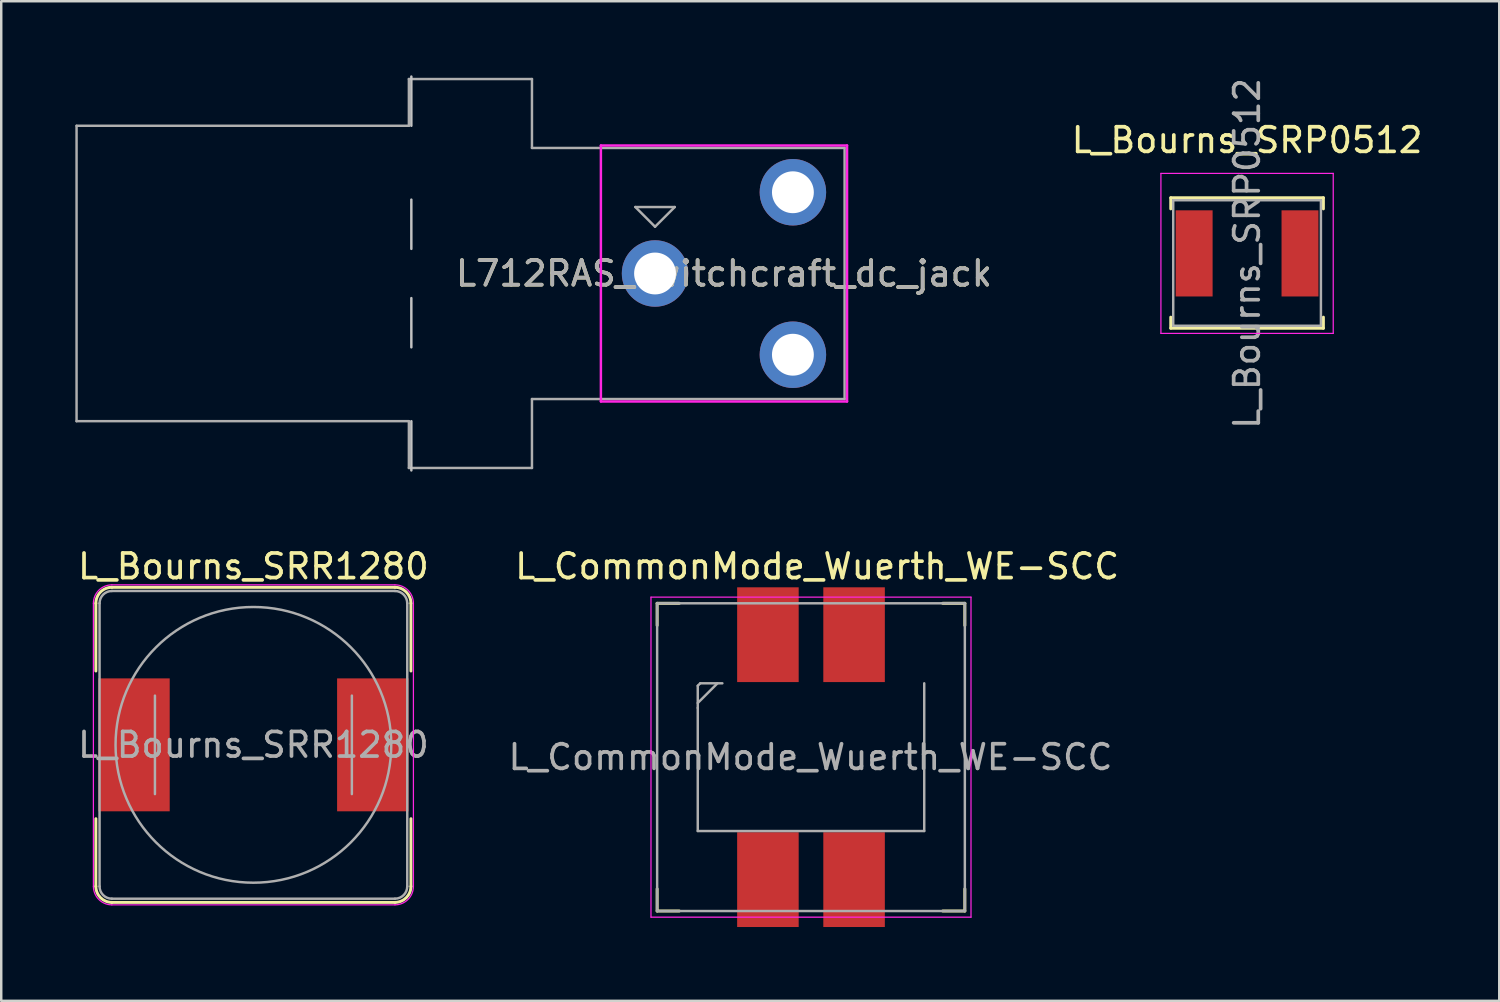
<source format=kicad_pcb>
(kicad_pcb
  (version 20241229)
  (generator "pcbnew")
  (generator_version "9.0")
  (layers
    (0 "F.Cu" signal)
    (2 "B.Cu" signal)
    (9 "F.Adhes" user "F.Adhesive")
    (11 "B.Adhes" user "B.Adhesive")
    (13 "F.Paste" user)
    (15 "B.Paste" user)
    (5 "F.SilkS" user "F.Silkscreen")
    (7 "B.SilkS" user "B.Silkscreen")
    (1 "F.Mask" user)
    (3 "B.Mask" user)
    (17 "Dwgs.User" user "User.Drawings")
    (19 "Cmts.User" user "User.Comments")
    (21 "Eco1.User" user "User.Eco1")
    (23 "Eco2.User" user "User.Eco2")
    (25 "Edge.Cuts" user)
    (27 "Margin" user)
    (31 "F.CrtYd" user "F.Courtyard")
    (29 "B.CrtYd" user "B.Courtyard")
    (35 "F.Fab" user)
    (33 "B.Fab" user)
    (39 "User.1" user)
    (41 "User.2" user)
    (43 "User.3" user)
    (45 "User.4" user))
  (footprint "L712RAS_switchcraft_dc_jack"
    (layer "F.Cu")
    (at 26.36 8.06)
    (property "Reference" "L712RAS_switchcraft_dc_jack" (at 0 0 180) (layer "F.SilkS") (effects (font (size 1 1) (thickness 0.15))))
    (attr through_hole)
    (fp_line (start -12.7 -8) (end -12.7 -6) (stroke (width 0.1) (type solid)) (layer "Dwgs.User"))
    (fp_line (start -12.7 -3) (end -12.7 -1) (stroke (width 0.1) (type solid)) (layer "Dwgs.User"))
    (fp_line (start -12.7 1) (end -12.7 3) (stroke (width 0.1) (type solid)) (layer "Dwgs.User"))
    (fp_line (start -12.7 6) (end -12.7 8) (stroke (width 0.1) (type solid)) (layer "Dwgs.User"))
    (fp_line (start -26.3 -6) (end -26.3 6) (stroke (width 0.12) (type solid)) (layer "Eco2.User"))
    (fp_line (start -26.3 6) (end -12.8 6) (stroke (width 0.12) (type solid)) (layer "Eco2.User"))
    (fp_line (start -12.8 -8) (end -12.8 -6) (stroke (width 0.12) (type solid)) (layer "Eco2.User"))
    (fp_line (start -12.8 -6) (end -26.3 -6) (stroke (width 0.12) (type solid)) (layer "Eco2.User"))
    (fp_line (start -12.8 6) (end -12.8 7.9) (stroke (width 0.12) (type solid)) (layer "Eco2.User"))
    (fp_line (start -12.8 7.9) (end -7.8 7.9) (stroke (width 0.12) (type solid)) (layer "Eco2.User"))
    (fp_line (start -7.8 5.1) (end -5 5.1) (stroke (width 0.12) (type solid)) (layer "Eco2.User"))
    (fp_line (start -7.8 7.9) (end -7.8 5.1) (stroke (width 0.12) (type solid)) (layer "Eco2.User"))
    (fp_line (start -7.7 -8) (end -12.8 -8) (stroke (width 0.12) (type solid)) (layer "Eco2.User"))
    (fp_line (start -7.7 -5.2) (end -7.7 -8) (stroke (width 0.12) (type solid)) (layer "Eco2.User"))
    (fp_line (start -5 -5.2) (end -7.7 -5.2) (stroke (width 0.12) (type solid)) (layer "Eco2.User"))
    (fp_line (start -5 5.1) (end -5 -5.2) (stroke (width 0.12) (type solid)) (layer "Eco2.User"))
    (fp_line (start -5 -5.2) (end -5 5.2) (stroke (width 0.1) (type solid)) (layer "F.CrtYd"))
    (fp_line (start -5 -5.2) (end 5 -5.2) (stroke (width 0.1) (type solid)) (layer "F.CrtYd"))
    (fp_line (start -5 5.2) (end 5 5.2) (stroke (width 0.1) (type solid)) (layer "F.CrtYd"))
    (fp_line (start 5 -5.2) (end 5 5.2) (stroke (width 0.1) (type solid)) (layer "F.CrtYd"))
    (fp_line (start -26.3 -6) (end -12.8 -6) (stroke (width 0.1) (type solid)) (layer "F.Fab"))
    (fp_line (start -26.3 6) (end -26.3 -6) (stroke (width 0.1) (type solid)) (layer "F.Fab"))
    (fp_line (start -12.8 -7.9) (end -7.8 -7.9) (stroke (width 0.1) (type solid)) (layer "F.Fab"))
    (fp_line (start -12.8 -6) (end -12.8 -7.9) (stroke (width 0.1) (type solid)) (layer "F.Fab"))
    (fp_line (start -12.8 6) (end -26.3 6) (stroke (width 0.1) (type solid)) (layer "F.Fab"))
    (fp_line (start -12.8 7.9) (end -12.8 6) (stroke (width 0.1) (type solid)) (layer "F.Fab"))
    (fp_line (start -7.8 -7.9) (end -7.8 -5.1) (stroke (width 0.1) (type solid)) (layer "F.Fab"))
    (fp_line (start -7.8 -5.1) (end 4.9 -5.1) (stroke (width 0.1) (type solid)) (layer "F.Fab"))
    (fp_line (start -7.8 5.1) (end -7.8 7.9) (stroke (width 0.1) (type solid)) (layer "F.Fab"))
    (fp_line (start -7.8 7.9) (end -12.8 7.9) (stroke (width 0.1) (type solid)) (layer "F.Fab"))
    (fp_line (start -2.8 -1.9) (end -3.6 -2.7) (stroke (width 0.1) (type solid)) (layer "F.Fab"))
    (fp_line (start -2.8 -1.9) (end -2 -2.7) (stroke (width 0.1) (type solid)) (layer "F.Fab"))
    (fp_line (start -2 -2.7) (end -3.6 -2.7) (stroke (width 0.1) (type solid)) (layer "F.Fab"))
    (fp_line (start 4.9 -5.1) (end 4.9 5.1) (stroke (width 0.1) (type solid)) (layer "F.Fab"))
    (fp_line (start 4.9 5.1) (end -7.8 5.1) (stroke (width 0.1) (type solid)) (layer "F.Fab"))
    (fp_text user "Only place low-profile" (at -10 0 270) (unlocked yes) (layer "Eco2.User") (effects (font (size 0.5 0.5) (thickness 0.08))))
    (fp_text user "Component keepout:" (at -8.9 0 270) (unlocked yes) (layer "Eco2.User") (effects (font (size 0.5 0.5) (thickness 0.08))))
    (fp_text user "SMD components < 1mm" (at -10.9 0 270) (unlocked yes) (layer "Eco2.User") (effects (font (size 0.5 0.5) (thickness 0.08))))
    (fp_text user "${REFERENCE}" (at 0 0 0) (layer "F.Fab") (effects (font (size 1 1) (thickness 0.15))))
    (pad "1" thru_hole circle (at -2.8 0) (size 2.7 2.7) (drill 1.7) (layers "*.Cu" "*.Mask"))
    (pad "2" thru_hole circle (at 2.8 -3.3) (size 2.7 2.7) (drill 1.7) (layers "*.Cu" "*.Mask"))
    (pad "3" thru_hole circle (at 2.8 3.3) (size 2.7 2.7) (drill 1.7) (layers "*.Cu" "*.Mask"))
    (zone (net_name "") (layer "Eco2.User") (name "low_profile_SMD_only") (hatch edge 0.508) (connect_pads) (min_thickness 0.254) (filled_areas_thickness no) (keepout (tracks allowed) (vias allowed) (pads allowed) (copperpour allowed) (footprints allowed)) (placement (enabled no)) (fill) (polygon (pts (xy 18.66 2.86) (xy 21.36 2.86) (xy 21.36 13.16) (xy 18.56 13.16) (xy 18.56 15.96) (xy 13.56 15.96) (xy 13.56 14.06) (xy 0.06 14.06) (xy 0.06 2.06) (xy 13.56 2.06) (xy 13.56 0.06) (xy 18.66 0.06)))))
  (footprint "L_Bourns_SRR1280"
    (layer "F.Cu")
    (at 7.244 27.208)
    (property "Reference" "L_Bourns_SRR1280" (at 0 -7.25 0) (layer "F.SilkS") (effects (font (size 1 1) (thickness 0.15))))
    (attr smd)
    (fp_line (start -6.4 -5.75) (end -6.4 -3) (stroke (width 0.12) (type solid)) (layer "F.SilkS"))
    (fp_line (start -6.4 3) (end -6.4 5.75) (stroke (width 0.12) (type solid)) (layer "F.SilkS"))
    (fp_line (start -5.75 -6.4) (end 5.75 -6.4) (stroke (width 0.12) (type solid)) (layer "F.SilkS"))
    (fp_line (start 5.75 6.4) (end -5.75 6.4) (stroke (width 0.12) (type solid)) (layer "F.SilkS"))
    (fp_line (start 6.4 -5.75) (end 6.4 -3) (stroke (width 0.12) (type solid)) (layer "F.SilkS"))
    (fp_line (start 6.4 3) (end 6.4 5.75) (stroke (width 0.12) (type solid)) (layer "F.SilkS"))
    (fp_arc (start -6.4 -5.75) (mid -6.209619 -6.209619) (end -5.75 -6.4) (stroke (width 0.12) (type solid)) (layer "F.SilkS"))
    (fp_arc (start -5.75 6.4) (mid -6.209619 6.209619) (end -6.4 5.75) (stroke (width 0.12) (type solid)) (layer "F.SilkS"))
    (fp_arc (start 5.75 -6.4) (mid 6.209619 -6.209619) (end 6.4 -5.75) (stroke (width 0.12) (type solid)) (layer "F.SilkS"))
    (fp_arc (start 6.4 5.75) (mid 6.209619 6.209619) (end 5.75 6.4) (stroke (width 0.12) (type solid)) (layer "F.SilkS"))
    (fp_line (start -6.5 5.75) (end -6.5 -5.75) (stroke (width 0.05) (type solid)) (layer "F.CrtYd"))
    (fp_line (start -5.75 -6.5) (end 5.75 -6.5) (stroke (width 0.05) (type solid)) (layer "F.CrtYd"))
    (fp_line (start 5.75 6.5) (end -5.75 6.5) (stroke (width 0.05) (type solid)) (layer "F.CrtYd"))
    (fp_line (start 6.5 -5.75) (end 6.5 5.75) (stroke (width 0.05) (type solid)) (layer "F.CrtYd"))
    (fp_arc (start -6.5 -5.75) (mid -6.28033 -6.28033) (end -5.75 -6.5) (stroke (width 0.05) (type solid)) (layer "F.CrtYd"))
    (fp_arc (start -5.75 6.5) (mid -6.28033 6.28033) (end -6.5 5.75) (stroke (width 0.05) (type solid)) (layer "F.CrtYd"))
    (fp_arc (start 5.75 -6.5) (mid 6.28033 -6.28033) (end 6.5 -5.75) (stroke (width 0.05) (type solid)) (layer "F.CrtYd"))
    (fp_arc (start 6.5 5.75) (mid 6.28033 6.28033) (end 5.75 6.5) (stroke (width 0.05) (type solid)) (layer "F.CrtYd"))
    (fp_line (start -6.25 -5.75) (end -6.25 5.75) (stroke (width 0.1) (type solid)) (layer "F.Fab"))
    (fp_line (start -5.75 -6.25) (end 5.75 -6.25) (stroke (width 0.1) (type solid)) (layer "F.Fab"))
    (fp_line (start -4 2) (end -4 -2) (stroke (width 0.1) (type solid)) (layer "F.Fab"))
    (fp_line (start 4 -2) (end 4 2) (stroke (width 0.1) (type solid)) (layer "F.Fab"))
    (fp_line (start 5.75 6.25) (end -5.75 6.25) (stroke (width 0.1) (type solid)) (layer "F.Fab"))
    (fp_line (start 6.25 -5.75) (end 6.25 5.75) (stroke (width 0.1) (type solid)) (layer "F.Fab"))
    (fp_arc (start -6.25 -5.75) (mid -6.103553 -6.103553) (end -5.75 -6.25) (stroke (width 0.1) (type solid)) (layer "F.Fab"))
    (fp_arc (start -5.75 6.25) (mid -6.103553 6.103553) (end -6.25 5.75) (stroke (width 0.1) (type solid)) (layer "F.Fab"))
    (fp_arc (start 5.75 -6.25) (mid 6.103553 -6.103553) (end 6.25 -5.75) (stroke (width 0.1) (type solid)) (layer "F.Fab"))
    (fp_arc (start 6.25 5.75) (mid 6.103553 6.103553) (end 5.75 6.25) (stroke (width 0.1) (type solid)) (layer "F.Fab"))
    (fp_circle (center 0 0) (end 0 -5.6) (stroke (width 0.1) (type solid)) (fill no) (layer "F.Fab"))
    (fp_text user "${REFERENCE}" (at 0 0 0) (layer "F.Fab") (effects (font (size 1 1) (thickness 0.15))))
    (pad "1" smd rect (at -4.85 0) (size 2.9 5.4) (layers "F.Cu" "F.Mask" "F.Paste"))
    (pad "2" smd rect (at 4.85 0) (size 2.9 5.4) (layers "F.Cu" "F.Mask" "F.Paste")))
  (footprint "L_CommonMode_Wuerth_WE-SCC"
    (layer "F.Cu")
    (at 29.895 27.708)
    (property "Reference" "L_CommonMode_Wuerth_WE-SCC" (at 0.25 -7.75 0) (layer "F.SilkS") (effects (font (size 1 1) (thickness 0.15))))
    (attr smd)
    (fp_line (start -6.25 -5.35) (end -6.25 -6.25) (stroke (width 0.12) (type solid)) (layer "F.SilkS"))
    (fp_line (start -6.25 5.35) (end -6.25 6.25) (stroke (width 0.12) (type solid)) (layer "F.SilkS"))
    (fp_line (start -5.35 -6.25) (end -6.25 -6.25) (stroke (width 0.12) (type solid)) (layer "F.SilkS"))
    (fp_line (start -5.35 6.25) (end -6.25 6.25) (stroke (width 0.12) (type solid)) (layer "F.SilkS"))
    (fp_line (start 5.35 -6.25) (end 6.25 -6.25) (stroke (width 0.12) (type solid)) (layer "F.SilkS"))
    (fp_line (start 5.35 6.25) (end 6.25 6.25) (stroke (width 0.12) (type solid)) (layer "F.SilkS"))
    (fp_line (start 6.25 -5.35) (end 6.25 -6.25) (stroke (width 0.12) (type solid)) (layer "F.SilkS"))
    (fp_line (start 6.25 5.35) (end 6.25 6.25) (stroke (width 0.12) (type solid)) (layer "F.SilkS"))
    (fp_line (start -6.5 -6.5) (end 6.5 -6.5) (stroke (width 0.05) (type solid)) (layer "F.CrtYd"))
    (fp_line (start -6.5 6.5) (end -6.5 -6.5) (stroke (width 0.05) (type solid)) (layer "F.CrtYd"))
    (fp_line (start 6.5 -6.5) (end 6.5 6.5) (stroke (width 0.05) (type solid)) (layer "F.CrtYd"))
    (fp_line (start 6.5 6.5) (end -6.5 6.5) (stroke (width 0.05) (type solid)) (layer "F.CrtYd"))
    (fp_line (start -6.25 -6.25) (end 6.25 -6.25) (stroke (width 0.1) (type solid)) (layer "F.Fab"))
    (fp_line (start -6.25 6.25) (end -6.25 -6.25) (stroke (width 0.1) (type solid)) (layer "F.Fab"))
    (fp_line (start -4.6 -2.9) (end -4.5 -3) (stroke (width 0.1) (type solid)) (layer "F.Fab"))
    (fp_line (start -4.6 -2.2) (end -3.8 -3) (stroke (width 0.1) (type solid)) (layer "F.Fab"))
    (fp_line (start -4.6 -2) (end -4.6 -2.9) (stroke (width 0.1) (type solid)) (layer "F.Fab"))
    (fp_line (start -4.6 -2) (end -4.6 3) (stroke (width 0.1) (type solid)) (layer "F.Fab"))
    (fp_line (start -4.5 -3) (end -3.6 -3) (stroke (width 0.1) (type solid)) (layer "F.Fab"))
    (fp_line (start 4.6 -3) (end 4.6 3) (stroke (width 0.1) (type solid)) (layer "F.Fab"))
    (fp_line (start 4.6 3) (end -4.6 3) (stroke (width 0.1) (type solid)) (layer "F.Fab"))
    (fp_line (start 6.25 -6.25) (end 6.25 6.25) (stroke (width 0.1) (type solid)) (layer "F.Fab"))
    (fp_line (start 6.25 6.25) (end -6.25 6.25) (stroke (width 0.1) (type solid)) (layer "F.Fab"))
    (fp_text user "${REFERENCE}" (at -0.02 0 0) (layer "F.Fab") (effects (font (size 1 1) (thickness 0.15))))
    (pad "1" smd rect (at 1.75 -4.975) (size 2.5 3.85) (layers "F.Cu" "F.Mask" "F.Paste"))
    (pad "2" smd rect (at -1.75 -4.975) (size 2.5 3.85) (layers "F.Cu" "F.Mask" "F.Paste"))
    (pad "3" smd rect (at -1.75 4.975 180) (size 2.5 3.85) (layers "F.Cu" "F.Mask" "F.Paste"))
    (pad "4" smd rect (at 1.75 4.975 180) (size 2.5 3.85) (layers "F.Cu" "F.Mask" "F.Paste")))
  (footprint "L_Bourns_SRP0512"
    (layer "F.Cu")
    (at 47.61 7.244)
    (property "Reference" "L_Bourns_SRP0512" (at 0 -4.6 0) (layer "F.SilkS") (effects (font (size 1 1) (thickness 0.15))))
    (attr smd)
    (fp_line (start -3.1 -2.26) (end -3.1 -1.81) (stroke (width 0.12) (type solid)) (layer "F.SilkS"))
    (fp_line (start -3.1 -2.26) (end 3.1 -2.26) (stroke (width 0.12) (type solid)) (layer "F.SilkS"))
    (fp_line (start -3.1 3.04) (end -3.1 2.59) (stroke (width 0.12) (type solid)) (layer "F.SilkS"))
    (fp_line (start 3.1 -2.26) (end 3.1 -1.81) (stroke (width 0.12) (type solid)) (layer "F.SilkS"))
    (fp_line (start 3.1 3.04) (end -3.1 3.04) (stroke (width 0.12) (type solid)) (layer "F.SilkS"))
    (fp_line (start 3.1 3.04) (end 3.1 2.59) (stroke (width 0.12) (type solid)) (layer "F.SilkS"))
    (fp_line (start -3.5 -3.25) (end -3.5 3.25) (stroke (width 0.05) (type solid)) (layer "F.CrtYd"))
    (fp_line (start -3.5 3.25) (end 3.5 3.25) (stroke (width 0.05) (type solid)) (layer "F.CrtYd"))
    (fp_line (start 3.5 -3.25) (end -3.5 -3.25) (stroke (width 0.05) (type solid)) (layer "F.CrtYd"))
    (fp_line (start 3.5 3.25) (end 3.5 -3.25) (stroke (width 0.05) (type solid)) (layer "F.CrtYd"))
    (fp_line (start -3 -2.16) (end -3 2.94) (stroke (width 0.1) (type solid)) (layer "F.Fab"))
    (fp_line (start -3 -2.16) (end 3 -2.16) (stroke (width 0.1) (type solid)) (layer "F.Fab"))
    (fp_line (start -3 2.94) (end 3 2.94) (stroke (width 0.1) (type solid)) (layer "F.Fab"))
    (fp_line (start 3 2.94) (end 3 -2.16) (stroke (width 0.1) (type solid)) (layer "F.Fab"))
    (fp_text user "${REFERENCE}" (at 0 0 90) (layer "F.Fab") (effects (font (size 1 1) (thickness 0.15))))
    (pad "1" smd rect (at -2.15 0) (size 1.5 3.5) (layers "F.Cu" "F.Mask" "F.Paste"))
    (pad "2" smd rect (at 2.15 0) (size 1.5 3.5) (layers "F.Cu" "F.Mask" "F.Paste")))
  (gr_rect
    (start -3 -3)
    (end 57.854 37.608)
    (stroke (width 0.1) (type default))
    (fill no)
    (layer "Edge.Cuts")))
</source>
